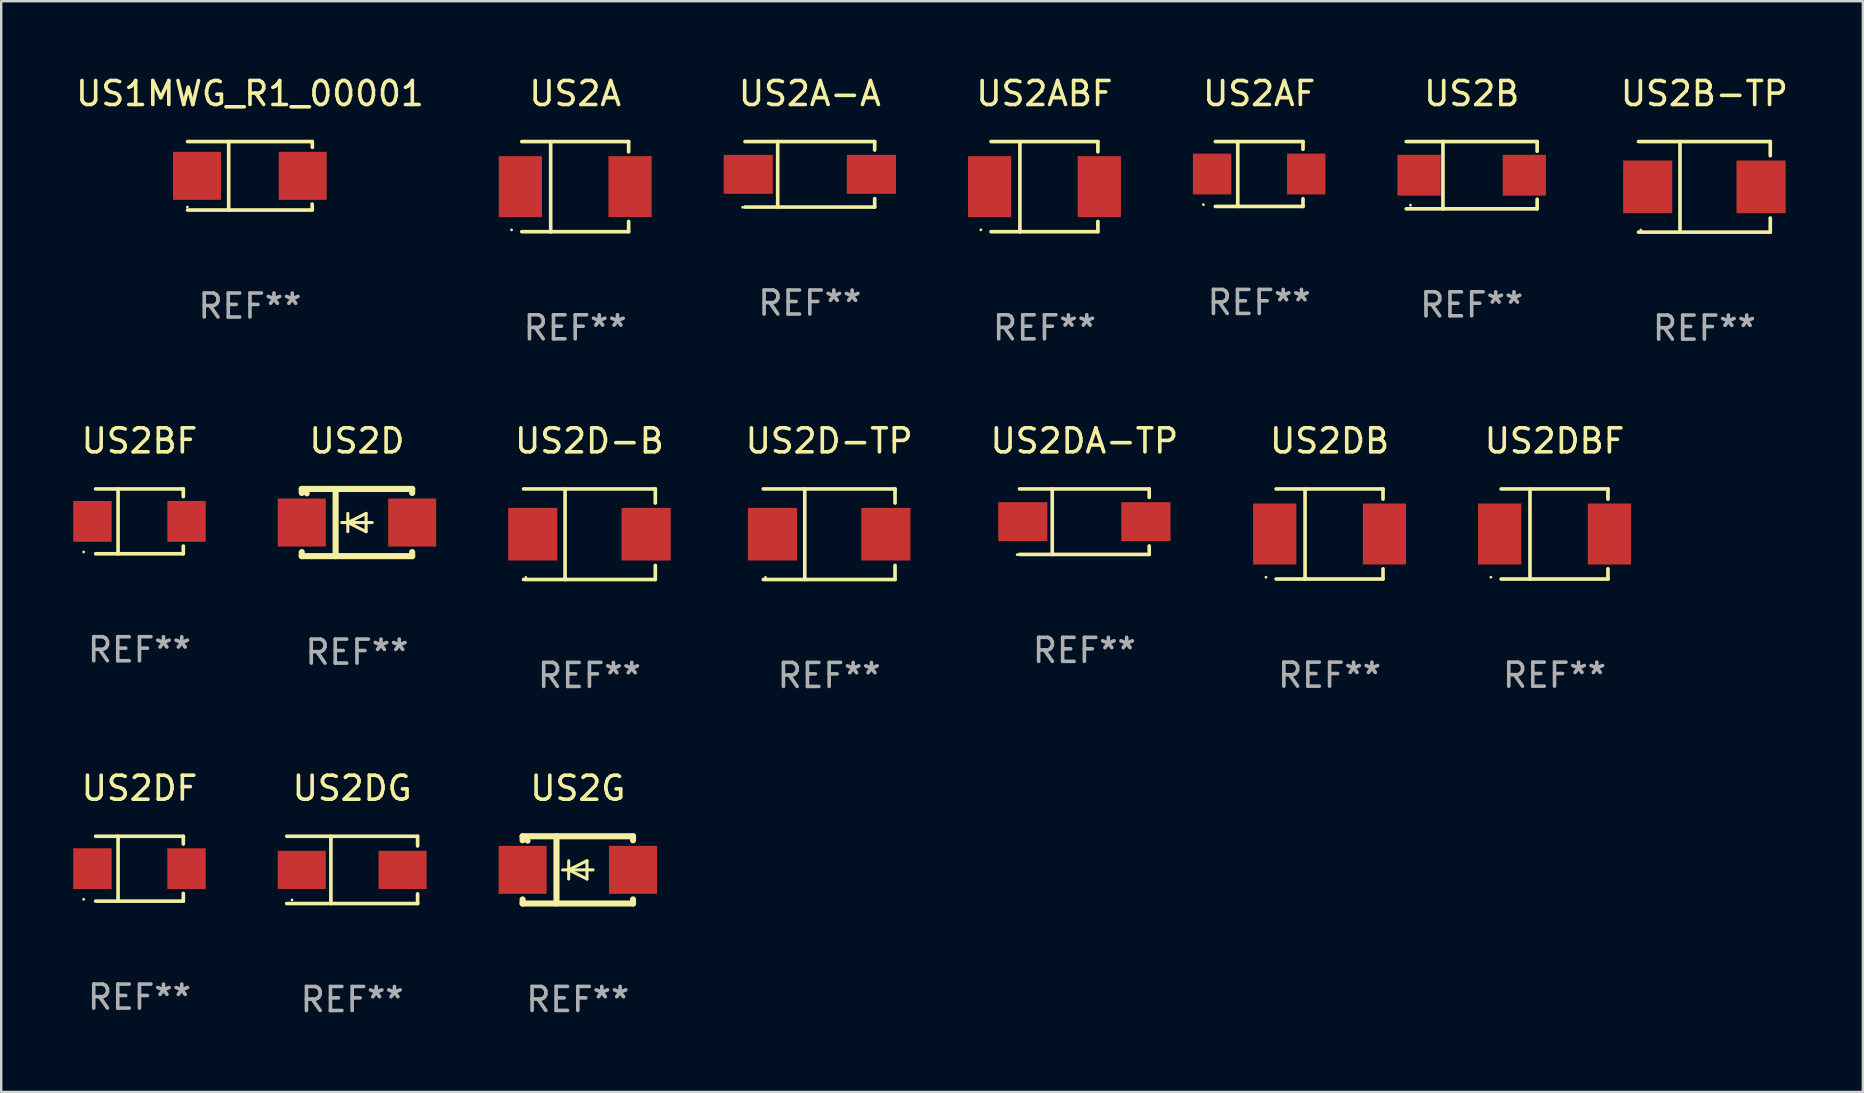
<source format=kicad_pcb>
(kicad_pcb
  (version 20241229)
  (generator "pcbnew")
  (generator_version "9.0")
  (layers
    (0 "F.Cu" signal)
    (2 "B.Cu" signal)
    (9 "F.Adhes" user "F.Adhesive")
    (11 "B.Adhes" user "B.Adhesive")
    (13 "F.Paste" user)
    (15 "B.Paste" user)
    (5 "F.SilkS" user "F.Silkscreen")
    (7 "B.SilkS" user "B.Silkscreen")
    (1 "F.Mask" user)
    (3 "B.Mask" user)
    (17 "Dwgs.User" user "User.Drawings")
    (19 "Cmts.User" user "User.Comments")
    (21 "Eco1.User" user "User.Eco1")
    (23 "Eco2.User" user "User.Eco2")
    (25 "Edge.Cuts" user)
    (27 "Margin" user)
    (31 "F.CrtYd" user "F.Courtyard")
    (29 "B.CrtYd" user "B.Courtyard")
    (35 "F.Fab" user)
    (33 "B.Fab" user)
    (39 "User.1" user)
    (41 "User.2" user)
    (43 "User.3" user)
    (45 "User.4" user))
  (footprint "US2AF"
    (layer "F.Cu")
    (at 49.403 4.199)
    (property "Reference" "US2AF" (at 0 -3.351 0) (layer "F.SilkS") (effects (font (size 1 1) (thickness 0.15))))
    (attr through_hole)
    (fp_line (start -1.826 -1.351) (end 1.826 -1.351) (stroke (width 0.152) (type solid)) (layer "F.SilkS"))
    (fp_line (start -1.826 1.351) (end 1.826 1.351) (stroke (width 0.152) (type solid)) (layer "F.SilkS"))
    (fp_line (start -0.892 -1.351) (end -0.892 1.351) (stroke (width 0.152) (type solid)) (layer "F.SilkS"))
    (fp_line (start 1.826 -1.351) (end 1.826 -1.03) (stroke (width 0.152) (type solid)) (layer "F.SilkS"))
    (fp_line (start 1.826 1.03) (end 1.826 1.351) (stroke (width 0.152) (type solid)) (layer "F.SilkS"))
    (fp_circle (center -2.325 1.275) (end -2.295 1.275) (stroke (width 0.06) (type solid)) (fill no) (layer "F.SilkS"))
    (fp_text user "REF**" (at 0 5.351 0) (layer "F.Fab") (effects (font (size 1 1) (thickness 0.15))))
    (pad "1" smd rect (at -1.96 0 180) (size 1.6 1.7) (layers "F.Cu" "F.Mask" "F.Paste"))
    (pad "2" smd rect (at 1.96 0 180) (size 1.6 1.7) (layers "F.Cu" "F.Mask" "F.Paste")))
  (footprint "US2D-B"
    (layer "F.Cu")
    (at 21.504 19.203)
    (property "Reference" "US2D-B" (at 0 -3.886 0) (layer "F.SilkS") (effects (font (size 1 1) (thickness 0.15))))
    (attr through_hole)
    (fp_line (start -2.744 -1.886) (end 2.744 -1.886) (stroke (width 0.152) (type solid)) (layer "F.SilkS"))
    (fp_line (start -2.744 1.886) (end 2.744 1.886) (stroke (width 0.152) (type solid)) (layer "F.SilkS"))
    (fp_line (start -1.016 -1.886) (end -1.016 1.886) (stroke (width 0.152) (type solid)) (layer "F.SilkS"))
    (fp_line (start 2.744 -1.886) (end 2.744 -1.299) (stroke (width 0.152) (type solid)) (layer "F.SilkS"))
    (fp_line (start 2.744 1.886) (end 2.744 1.299) (stroke (width 0.152) (type solid)) (layer "F.SilkS"))
    (fp_circle (center -2.65 1.8) (end -2.62 1.8) (stroke (width 0.06) (type solid)) (fill no) (layer "F.SilkS"))
    (fp_text user "REF**" (at 0 5.886 0) (layer "F.Fab") (effects (font (size 1 1) (thickness 0.15))))
    (pad "1" smd rect (at -2.361 0) (size 2.047 2.192) (layers "F.Cu" "F.Mask" "F.Paste"))
    (pad "2" smd rect (at 2.361 0) (size 2.047 2.192) (layers "F.Cu" "F.Mask" "F.Paste")))
  (footprint "US2BF"
    (layer "F.Cu")
    (at 2.76 18.668)
    (property "Reference" "US2BF" (at 0 -3.351 0) (layer "F.SilkS") (effects (font (size 1 1) (thickness 0.15))))
    (attr through_hole)
    (fp_line (start -1.826 -1.351) (end 1.826 -1.351) (stroke (width 0.152) (type solid)) (layer "F.SilkS"))
    (fp_line (start -1.826 1.351) (end 1.826 1.351) (stroke (width 0.152) (type solid)) (layer "F.SilkS"))
    (fp_line (start -0.892 -1.351) (end -0.892 1.351) (stroke (width 0.152) (type solid)) (layer "F.SilkS"))
    (fp_line (start 1.826 -1.351) (end 1.826 -1.03) (stroke (width 0.152) (type solid)) (layer "F.SilkS"))
    (fp_line (start 1.826 1.03) (end 1.826 1.351) (stroke (width 0.152) (type solid)) (layer "F.SilkS"))
    (fp_circle (center -2.325 1.275) (end -2.295 1.275) (stroke (width 0.06) (type solid)) (fill no) (layer "F.SilkS"))
    (fp_text user "REF**" (at 0 5.351 0) (layer "F.Fab") (effects (font (size 1 1) (thickness 0.15))))
    (pad "1" smd rect (at -1.96 0 180) (size 1.6 1.7) (layers "F.Cu" "F.Mask" "F.Paste"))
    (pad "2" smd rect (at 1.96 0 180) (size 1.6 1.7) (layers "F.Cu" "F.Mask" "F.Paste")))
  (footprint "US2DA-TP"
    (layer "F.Cu")
    (at 42.121 18.681)
    (property "Reference" "US2DA-TP" (at 0 -3.364 0) (layer "F.SilkS") (effects (font (size 1 1) (thickness 0.15))))
    (attr through_hole)
    (fp_line (start -2.701 -1.364) (end 2.701 -1.364) (stroke (width 0.152) (type solid)) (layer "F.SilkS"))
    (fp_line (start -2.701 1.364) (end 2.701 1.364) (stroke (width 0.152) (type solid)) (layer "F.SilkS"))
    (fp_line (start -1.339 -1.364) (end -1.339 1.364) (stroke (width 0.152) (type solid)) (layer "F.SilkS"))
    (fp_line (start 2.701 -1.364) (end 2.701 -1.013) (stroke (width 0.152) (type solid)) (layer "F.SilkS"))
    (fp_line (start 2.701 1.364) (end 2.701 1.013) (stroke (width 0.152) (type solid)) (layer "F.SilkS"))
    (fp_circle (center -2.8 1.375) (end -2.77 1.375) (stroke (width 0.06) (type solid)) (fill no) (layer "F.SilkS"))
    (fp_text user "REF**" (at 0 5.364 0) (layer "F.Fab") (effects (font (size 1 1) (thickness 0.15))))
    (pad "1" smd rect (at -2.565 -0.000025) (size 2.046 1.62) (layers "F.Cu" "F.Mask" "F.Paste"))
    (pad "2" smd rect (at 2.565 -0.000025) (size 2.046 1.62) (layers "F.Cu" "F.Mask" "F.Paste")))
  (footprint "US2DB"
    (layer "F.Cu")
    (at 52.336 19.197)
    (property "Reference" "US2DB" (at 0 -3.88 0) (layer "F.SilkS") (effects (font (size 1 1) (thickness 0.15))))
    (attr through_hole)
    (fp_line (start -2.226 -1.88) (end 2.226 -1.88) (stroke (width 0.152) (type solid)) (layer "F.SilkS"))
    (fp_line (start -2.226 1.873) (end 2.226 1.873) (stroke (width 0.152) (type solid)) (layer "F.SilkS"))
    (fp_line (start -1.022 -1.873) (end -1.022 1.88) (stroke (width 0.152) (type solid)) (layer "F.SilkS"))
    (fp_line (start 2.226 -1.88) (end 2.226 -1.453) (stroke (width 0.152) (type solid)) (layer "F.SilkS"))
    (fp_line (start 2.226 1.447) (end 2.226 1.873) (stroke (width 0.152) (type solid)) (layer "F.SilkS"))
    (fp_circle (center -2.65 1.797) (end -2.62 1.797) (stroke (width 0.06) (type solid)) (fill no) (layer "F.SilkS"))
    (fp_text user "REF**" (at 0 5.88 0) (layer "F.Fab") (effects (font (size 1 1) (thickness 0.15))))
    (pad "1" smd rect (at -2.285 -0.003) (size 1.8 2.54) (layers "F.Cu" "F.Mask" "F.Paste"))
    (pad "2" smd rect (at 2.285 -0.003) (size 1.8 2.54) (layers "F.Cu" "F.Mask" "F.Paste")))
  (footprint "US2D"
    (layer "F.Cu")
    (at 11.82 18.717)
    (property "Reference" "US2D" (at 0 -3.4 0) (layer "F.SilkS") (effects (font (size 1 1) (thickness 0.15))))
    (attr through_hole)
    (fp_line (start -2.3 -1.4) (end -2.3 -1.231) (stroke (width 0.254) (type solid)) (layer "F.SilkS"))
    (fp_line (start -2.3 -1.4) (end 2.3 -1.4) (stroke (width 0.254) (type solid)) (layer "F.SilkS"))
    (fp_line (start -2.3 1.231) (end -2.3 1.4) (stroke (width 0.254) (type solid)) (layer "F.SilkS"))
    (fp_line (start -2.3 1.4) (end 2.3 1.4) (stroke (width 0.254) (type solid)) (layer "F.SilkS"))
    (fp_line (start -0.889 1.4) (end -0.889 -1.4) (stroke (width 0.254) (type solid)) (layer "F.SilkS"))
    (fp_line (start -0.381 0) (end -0.381 -0.381) (stroke (width 0.127) (type solid)) (layer "F.SilkS"))
    (fp_line (start -0.381 0) (end -0.381 0.381) (stroke (width 0.127) (type solid)) (layer "F.SilkS"))
    (fp_line (start 0.381 -0.381) (end -0.381 0) (stroke (width 0.127) (type solid)) (layer "F.SilkS"))
    (fp_line (start 0.381 0) (end 0.381 -0.381) (stroke (width 0.127) (type solid)) (layer "F.SilkS"))
    (fp_line (start 0.381 0) (end 0.381 0.381) (stroke (width 0.127) (type solid)) (layer "F.SilkS"))
    (fp_line (start 0.381 0.381) (end -0.381 0) (stroke (width 0.127) (type solid)) (layer "F.SilkS"))
    (fp_line (start 0.635 0) (end -0.635 0) (stroke (width 0.127) (type solid)) (layer "F.SilkS"))
    (fp_line (start 2.3 -1.4) (end 2.3 -1.231) (stroke (width 0.254) (type solid)) (layer "F.SilkS"))
    (fp_line (start 2.3 1.231) (end 2.3 1.4) (stroke (width 0.254) (type solid)) (layer "F.SilkS"))
    (fp_circle (center -2.088 -1.208) (end -2.028 -1.208) (stroke (width 0.12) (type solid)) (fill no) (layer "F.SilkS"))
    (fp_text user "REF**" (at 0 5.4 0) (layer "F.Fab") (effects (font (size 1 1) (thickness 0.15))))
    (pad "1" smd rect (at -2.3 0 180) (size 2 2) (layers "F.Cu" "F.Mask" "F.Paste"))
    (pad "2" smd rect (at 2.3 0 180) (size 2 2) (layers "F.Cu" "F.Mask" "F.Paste")))
  (footprint "US2G"
    (layer "F.Cu")
    (at 21.02 33.186)
    (property "Reference" "US2G" (at 0 -3.4 0) (layer "F.SilkS") (effects (font (size 1 1) (thickness 0.15))))
    (attr through_hole)
    (fp_line (start -2.3 -1.4) (end -2.3 -1.231) (stroke (width 0.254) (type solid)) (layer "F.SilkS"))
    (fp_line (start -2.3 -1.4) (end 2.3 -1.4) (stroke (width 0.254) (type solid)) (layer "F.SilkS"))
    (fp_line (start -2.3 1.231) (end -2.3 1.4) (stroke (width 0.254) (type solid)) (layer "F.SilkS"))
    (fp_line (start -2.3 1.4) (end 2.3 1.4) (stroke (width 0.254) (type solid)) (layer "F.SilkS"))
    (fp_line (start -0.889 1.4) (end -0.889 -1.4) (stroke (width 0.254) (type solid)) (layer "F.SilkS"))
    (fp_line (start -0.381 0) (end -0.381 -0.381) (stroke (width 0.127) (type solid)) (layer "F.SilkS"))
    (fp_line (start -0.381 0) (end -0.381 0.381) (stroke (width 0.127) (type solid)) (layer "F.SilkS"))
    (fp_line (start 0.381 -0.381) (end -0.381 0) (stroke (width 0.127) (type solid)) (layer "F.SilkS"))
    (fp_line (start 0.381 0) (end 0.381 -0.381) (stroke (width 0.127) (type solid)) (layer "F.SilkS"))
    (fp_line (start 0.381 0) (end 0.381 0.381) (stroke (width 0.127) (type solid)) (layer "F.SilkS"))
    (fp_line (start 0.381 0.381) (end -0.381 0) (stroke (width 0.127) (type solid)) (layer "F.SilkS"))
    (fp_line (start 0.635 0) (end -0.635 0) (stroke (width 0.127) (type solid)) (layer "F.SilkS"))
    (fp_line (start 2.3 -1.4) (end 2.3 -1.231) (stroke (width 0.254) (type solid)) (layer "F.SilkS"))
    (fp_line (start 2.3 1.231) (end 2.3 1.4) (stroke (width 0.254) (type solid)) (layer "F.SilkS"))
    (fp_circle (center -2.088 -1.208) (end -2.028 -1.208) (stroke (width 0.12) (type solid)) (fill no) (layer "F.SilkS"))
    (fp_text user "REF**" (at 0 5.4 0) (layer "F.Fab") (effects (font (size 1 1) (thickness 0.15))))
    (pad "1" smd rect (at -2.3 0 180) (size 2 2) (layers "F.Cu" "F.Mask" "F.Paste"))
    (pad "2" smd rect (at 2.3 0 180) (size 2 2) (layers "F.Cu" "F.Mask" "F.Paste")))
  (footprint "US2B"
    (layer "F.Cu")
    (at 58.256 4.249)
    (property "Reference" "US2B" (at 0 -3.401 0) (layer "F.SilkS") (effects (font (size 1 1) (thickness 0.15))))
    (attr through_hole)
    (fp_line (start -2.726 -1.401) (end 2.726 -1.401) (stroke (width 0.152) (type solid)) (layer "F.SilkS"))
    (fp_line (start -2.726 1.401) (end 2.726 1.401) (stroke (width 0.152) (type solid)) (layer "F.SilkS"))
    (fp_line (start -1.197 -1.401) (end -1.197 1.401) (stroke (width 0.152) (type solid)) (layer "F.SilkS"))
    (fp_line (start 2.726 -1.401) (end 2.726 -1) (stroke (width 0.152) (type solid)) (layer "F.SilkS"))
    (fp_line (start 2.726 1.401) (end 2.726 1) (stroke (width 0.152) (type solid)) (layer "F.SilkS"))
    (fp_circle (center -2.55 1.25) (end -2.52 1.25) (stroke (width 0.06) (type solid)) (fill no) (layer "F.SilkS"))
    (fp_text user "REF**" (at 0 5.401 0) (layer "F.Fab") (effects (font (size 1 1) (thickness 0.15))))
    (pad "1" smd rect (at -2.192 0) (size 1.8 1.7) (layers "F.Cu" "F.Mask" "F.Paste"))
    (pad "2" smd rect (at 2.192 0) (size 1.8 1.7) (layers "F.Cu" "F.Mask" "F.Paste")))
  (footprint "US2DG"
    (layer "F.Cu")
    (at 11.62 33.187)
    (property "Reference" "US2DG" (at 0 -3.401 0) (layer "F.SilkS") (effects (font (size 1 1) (thickness 0.15))))
    (attr through_hole)
    (fp_line (start -2.726 -1.401) (end 2.726 -1.401) (stroke (width 0.152) (type solid)) (layer "F.SilkS"))
    (fp_line (start -2.726 1.401) (end 2.726 1.401) (stroke (width 0.152) (type solid)) (layer "F.SilkS"))
    (fp_line (start -0.886 -1.401) (end -0.886 1.401) (stroke (width 0.152) (type solid)) (layer "F.SilkS"))
    (fp_line (start 2.726 -1.401) (end 2.726 -1) (stroke (width 0.152) (type solid)) (layer "F.SilkS"))
    (fp_line (start 2.726 1.401) (end 2.726 1) (stroke (width 0.152) (type solid)) (layer "F.SilkS"))
    (fp_circle (center -2.507 1.25) (end -2.477 1.25) (stroke (width 0.06) (type solid)) (fill no) (layer "F.SilkS"))
    (fp_text user "REF**" (at 0 5.401 0) (layer "F.Fab") (effects (font (size 1 1) (thickness 0.15))))
    (pad "1" smd rect (at -2.1 0 180) (size 2 1.593) (layers "F.Cu" "F.Mask" "F.Paste"))
    (pad "2" smd rect (at 2.1 0 180) (size 2 1.593) (layers "F.Cu" "F.Mask" "F.Paste")))
  (footprint "US2A-A"
    (layer "F.Cu")
    (at 30.685 4.212)
    (property "Reference" "US2A-A" (at 0 -3.364 0) (layer "F.SilkS") (effects (font (size 1 1) (thickness 0.15))))
    (attr through_hole)
    (fp_line (start -2.701 -1.364) (end 2.701 -1.364) (stroke (width 0.152) (type solid)) (layer "F.SilkS"))
    (fp_line (start -2.701 1.364) (end 2.701 1.364) (stroke (width 0.152) (type solid)) (layer "F.SilkS"))
    (fp_line (start -1.339 -1.364) (end -1.339 1.364) (stroke (width 0.152) (type solid)) (layer "F.SilkS"))
    (fp_line (start 2.701 -1.364) (end 2.701 -1.013) (stroke (width 0.152) (type solid)) (layer "F.SilkS"))
    (fp_line (start 2.701 1.364) (end 2.701 1.013) (stroke (width 0.152) (type solid)) (layer "F.SilkS"))
    (fp_circle (center -2.8 1.375) (end -2.77 1.375) (stroke (width 0.06) (type solid)) (fill no) (layer "F.SilkS"))
    (fp_text user "REF**" (at 0 5.364 0) (layer "F.Fab") (effects (font (size 1 1) (thickness 0.15))))
    (pad "1" smd rect (at -2.565 -0.000025) (size 2.046 1.62) (layers "F.Cu" "F.Mask" "F.Paste"))
    (pad "2" smd rect (at 2.565 -0.000025) (size 2.046 1.62) (layers "F.Cu" "F.Mask" "F.Paste")))
  (footprint "US2DF"
    (layer "F.Cu")
    (at 2.76 33.137)
    (property "Reference" "US2DF" (at 0 -3.351 0) (layer "F.SilkS") (effects (font (size 1 1) (thickness 0.15))))
    (attr through_hole)
    (fp_line (start -1.826 -1.351) (end 1.826 -1.351) (stroke (width 0.152) (type solid)) (layer "F.SilkS"))
    (fp_line (start -1.826 1.351) (end 1.826 1.351) (stroke (width 0.152) (type solid)) (layer "F.SilkS"))
    (fp_line (start -0.892 -1.351) (end -0.892 1.351) (stroke (width 0.152) (type solid)) (layer "F.SilkS"))
    (fp_line (start 1.826 -1.351) (end 1.826 -1.03) (stroke (width 0.152) (type solid)) (layer "F.SilkS"))
    (fp_line (start 1.826 1.03) (end 1.826 1.351) (stroke (width 0.152) (type solid)) (layer "F.SilkS"))
    (fp_circle (center -2.325 1.275) (end -2.295 1.275) (stroke (width 0.06) (type solid)) (fill no) (layer "F.SilkS"))
    (fp_text user "REF**" (at 0 5.351 0) (layer "F.Fab") (effects (font (size 1 1) (thickness 0.15))))
    (pad "1" smd rect (at -1.96 0 180) (size 1.6 1.7) (layers "F.Cu" "F.Mask" "F.Paste"))
    (pad "2" smd rect (at 1.96 0 180) (size 1.6 1.7) (layers "F.Cu" "F.Mask" "F.Paste")))
  (footprint "US1MWG_R1_00001"
    (layer "F.Cu")
    (at 7.363 4.274)
    (property "Reference" "US1MWG_R1_00001" (at 0 -3.426 0) (layer "F.SilkS") (effects (font (size 1 1) (thickness 0.15))))
    (attr through_hole)
    (fp_line (start -2.6 -1.426) (end 2.593 -1.426) (stroke (width 0.152) (type solid)) (layer "F.SilkS"))
    (fp_line (start -2.6 1.426) (end 2.593 1.426) (stroke (width 0.152) (type solid)) (layer "F.SilkS"))
    (fp_line (start -0.887 -1.426) (end -0.887 1.426) (stroke (width 0.152) (type solid)) (layer "F.SilkS"))
    (fp_line (start 2.59 1.176) (end 2.597 1.415) (stroke (width 0.152) (type solid)) (layer "F.SilkS"))
    (fp_line (start 2.593 -1.426) (end 2.6 -1.187) (stroke (width 0.152) (type solid)) (layer "F.SilkS"))
    (fp_circle (center -2.608 1.3) (end -2.578 1.3) (stroke (width 0.06) (type solid)) (fill no) (layer "F.SilkS"))
    (fp_text user "REF**" (at 0 5.426 0) (layer "F.Fab") (effects (font (size 1 1) (thickness 0.15))))
    (pad "1" smd rect (at -2.203 0 180) (size 2 2) (layers "F.Cu" "F.Mask" "F.Paste"))
    (pad "2" smd rect (at 2.197 0 180) (size 2 2) (layers "F.Cu" "F.Mask" "F.Paste")))
  (footprint "US2A"
    (layer "F.Cu")
    (at 20.911 4.728)
    (property "Reference" "US2A" (at 0 -3.88 0) (layer "F.SilkS") (effects (font (size 1 1) (thickness 0.15))))
    (attr through_hole)
    (fp_line (start -2.226 -1.88) (end 2.226 -1.88) (stroke (width 0.152) (type solid)) (layer "F.SilkS"))
    (fp_line (start -2.226 1.873) (end 2.226 1.873) (stroke (width 0.152) (type solid)) (layer "F.SilkS"))
    (fp_line (start -1.022 -1.873) (end -1.022 1.88) (stroke (width 0.152) (type solid)) (layer "F.SilkS"))
    (fp_line (start 2.226 -1.88) (end 2.226 -1.453) (stroke (width 0.152) (type solid)) (layer "F.SilkS"))
    (fp_line (start 2.226 1.447) (end 2.226 1.873) (stroke (width 0.152) (type solid)) (layer "F.SilkS"))
    (fp_circle (center -2.65 1.797) (end -2.62 1.797) (stroke (width 0.06) (type solid)) (fill no) (layer "F.SilkS"))
    (fp_text user "REF**" (at 0 5.88 0) (layer "F.Fab") (effects (font (size 1 1) (thickness 0.15))))
    (pad "1" smd rect (at -2.285 -0.003) (size 1.8 2.54) (layers "F.Cu" "F.Mask" "F.Paste"))
    (pad "2" smd rect (at 2.285 -0.003) (size 1.8 2.54) (layers "F.Cu" "F.Mask" "F.Paste")))
  (footprint "US2DBF"
    (layer "F.Cu")
    (at 61.706 19.197)
    (property "Reference" "US2DBF" (at 0 -3.88 0) (layer "F.SilkS") (effects (font (size 1 1) (thickness 0.15))))
    (attr through_hole)
    (fp_line (start -2.226 -1.88) (end 2.226 -1.88) (stroke (width 0.152) (type solid)) (layer "F.SilkS"))
    (fp_line (start -2.226 1.873) (end 2.226 1.873) (stroke (width 0.152) (type solid)) (layer "F.SilkS"))
    (fp_line (start -1.022 -1.873) (end -1.022 1.88) (stroke (width 0.152) (type solid)) (layer "F.SilkS"))
    (fp_line (start 2.226 -1.88) (end 2.226 -1.453) (stroke (width 0.152) (type solid)) (layer "F.SilkS"))
    (fp_line (start 2.226 1.447) (end 2.226 1.873) (stroke (width 0.152) (type solid)) (layer "F.SilkS"))
    (fp_circle (center -2.65 1.797) (end -2.62 1.797) (stroke (width 0.06) (type solid)) (fill no) (layer "F.SilkS"))
    (fp_text user "REF**" (at 0 5.88 0) (layer "F.Fab") (effects (font (size 1 1) (thickness 0.15))))
    (pad "1" smd rect (at -2.285 -0.003) (size 1.8 2.54) (layers "F.Cu" "F.Mask" "F.Paste"))
    (pad "2" smd rect (at 2.285 -0.003) (size 1.8 2.54) (layers "F.Cu" "F.Mask" "F.Paste")))
  (footprint "US2B-TP"
    (layer "F.Cu")
    (at 67.949 4.734)
    (property "Reference" "US2B-TP" (at 0 -3.886 0) (layer "F.SilkS") (effects (font (size 1 1) (thickness 0.15))))
    (attr through_hole)
    (fp_line (start -2.744 -1.886) (end 2.744 -1.886) (stroke (width 0.152) (type solid)) (layer "F.SilkS"))
    (fp_line (start -2.744 1.886) (end 2.744 1.886) (stroke (width 0.152) (type solid)) (layer "F.SilkS"))
    (fp_line (start -1.016 -1.886) (end -1.016 1.886) (stroke (width 0.152) (type solid)) (layer "F.SilkS"))
    (fp_line (start 2.744 -1.886) (end 2.744 -1.299) (stroke (width 0.152) (type solid)) (layer "F.SilkS"))
    (fp_line (start 2.744 1.886) (end 2.744 1.299) (stroke (width 0.152) (type solid)) (layer "F.SilkS"))
    (fp_circle (center -2.65 1.8) (end -2.62 1.8) (stroke (width 0.06) (type solid)) (fill no) (layer "F.SilkS"))
    (fp_text user "REF**" (at 0 5.886 0) (layer "F.Fab") (effects (font (size 1 1) (thickness 0.15))))
    (pad "1" smd rect (at -2.361 0) (size 2.047 2.192) (layers "F.Cu" "F.Mask" "F.Paste"))
    (pad "2" smd rect (at 2.361 0) (size 2.047 2.192) (layers "F.Cu" "F.Mask" "F.Paste")))
  (footprint "US2D-TP"
    (layer "F.Cu")
    (at 31.49 19.203)
    (property "Reference" "US2D-TP" (at 0 -3.886 0) (layer "F.SilkS") (effects (font (size 1 1) (thickness 0.15))))
    (attr through_hole)
    (fp_line (start -2.744 -1.886) (end 2.744 -1.886) (stroke (width 0.152) (type solid)) (layer "F.SilkS"))
    (fp_line (start -2.744 1.886) (end 2.744 1.886) (stroke (width 0.152) (type solid)) (layer "F.SilkS"))
    (fp_line (start -1.016 -1.886) (end -1.016 1.886) (stroke (width 0.152) (type solid)) (layer "F.SilkS"))
    (fp_line (start 2.744 -1.886) (end 2.744 -1.299) (stroke (width 0.152) (type solid)) (layer "F.SilkS"))
    (fp_line (start 2.744 1.886) (end 2.744 1.299) (stroke (width 0.152) (type solid)) (layer "F.SilkS"))
    (fp_circle (center -2.65 1.8) (end -2.62 1.8) (stroke (width 0.06) (type solid)) (fill no) (layer "F.SilkS"))
    (fp_text user "REF**" (at 0 5.886 0) (layer "F.Fab") (effects (font (size 1 1) (thickness 0.15))))
    (pad "1" smd rect (at -2.361 0) (size 2.047 2.192) (layers "F.Cu" "F.Mask" "F.Paste"))
    (pad "2" smd rect (at 2.361 0) (size 2.047 2.192) (layers "F.Cu" "F.Mask" "F.Paste")))
  (footprint "US2ABF"
    (layer "F.Cu")
    (at 40.458 4.728)
    (property "Reference" "US2ABF" (at 0 -3.88 0) (layer "F.SilkS") (effects (font (size 1 1) (thickness 0.15))))
    (attr through_hole)
    (fp_line (start -2.226 -1.88) (end 2.226 -1.88) (stroke (width 0.152) (type solid)) (layer "F.SilkS"))
    (fp_line (start -2.226 1.873) (end 2.226 1.873) (stroke (width 0.152) (type solid)) (layer "F.SilkS"))
    (fp_line (start -1.022 -1.873) (end -1.022 1.88) (stroke (width 0.152) (type solid)) (layer "F.SilkS"))
    (fp_line (start 2.226 -1.88) (end 2.226 -1.453) (stroke (width 0.152) (type solid)) (layer "F.SilkS"))
    (fp_line (start 2.226 1.447) (end 2.226 1.873) (stroke (width 0.152) (type solid)) (layer "F.SilkS"))
    (fp_circle (center -2.65 1.797) (end -2.62 1.797) (stroke (width 0.06) (type solid)) (fill no) (layer "F.SilkS"))
    (fp_text user "REF**" (at 0 5.88 0) (layer "F.Fab") (effects (font (size 1 1) (thickness 0.15))))
    (pad "1" smd rect (at -2.285 -0.003) (size 1.8 2.54) (layers "F.Cu" "F.Mask" "F.Paste"))
    (pad "2" smd rect (at 2.285 -0.003) (size 1.8 2.54) (layers "F.Cu" "F.Mask" "F.Paste")))
  (gr_rect
    (start -3 -3)
    (end 74.551 42.437)
    (stroke (width 0.1) (type default))
    (fill no)
    (layer "Edge.Cuts")))
</source>
